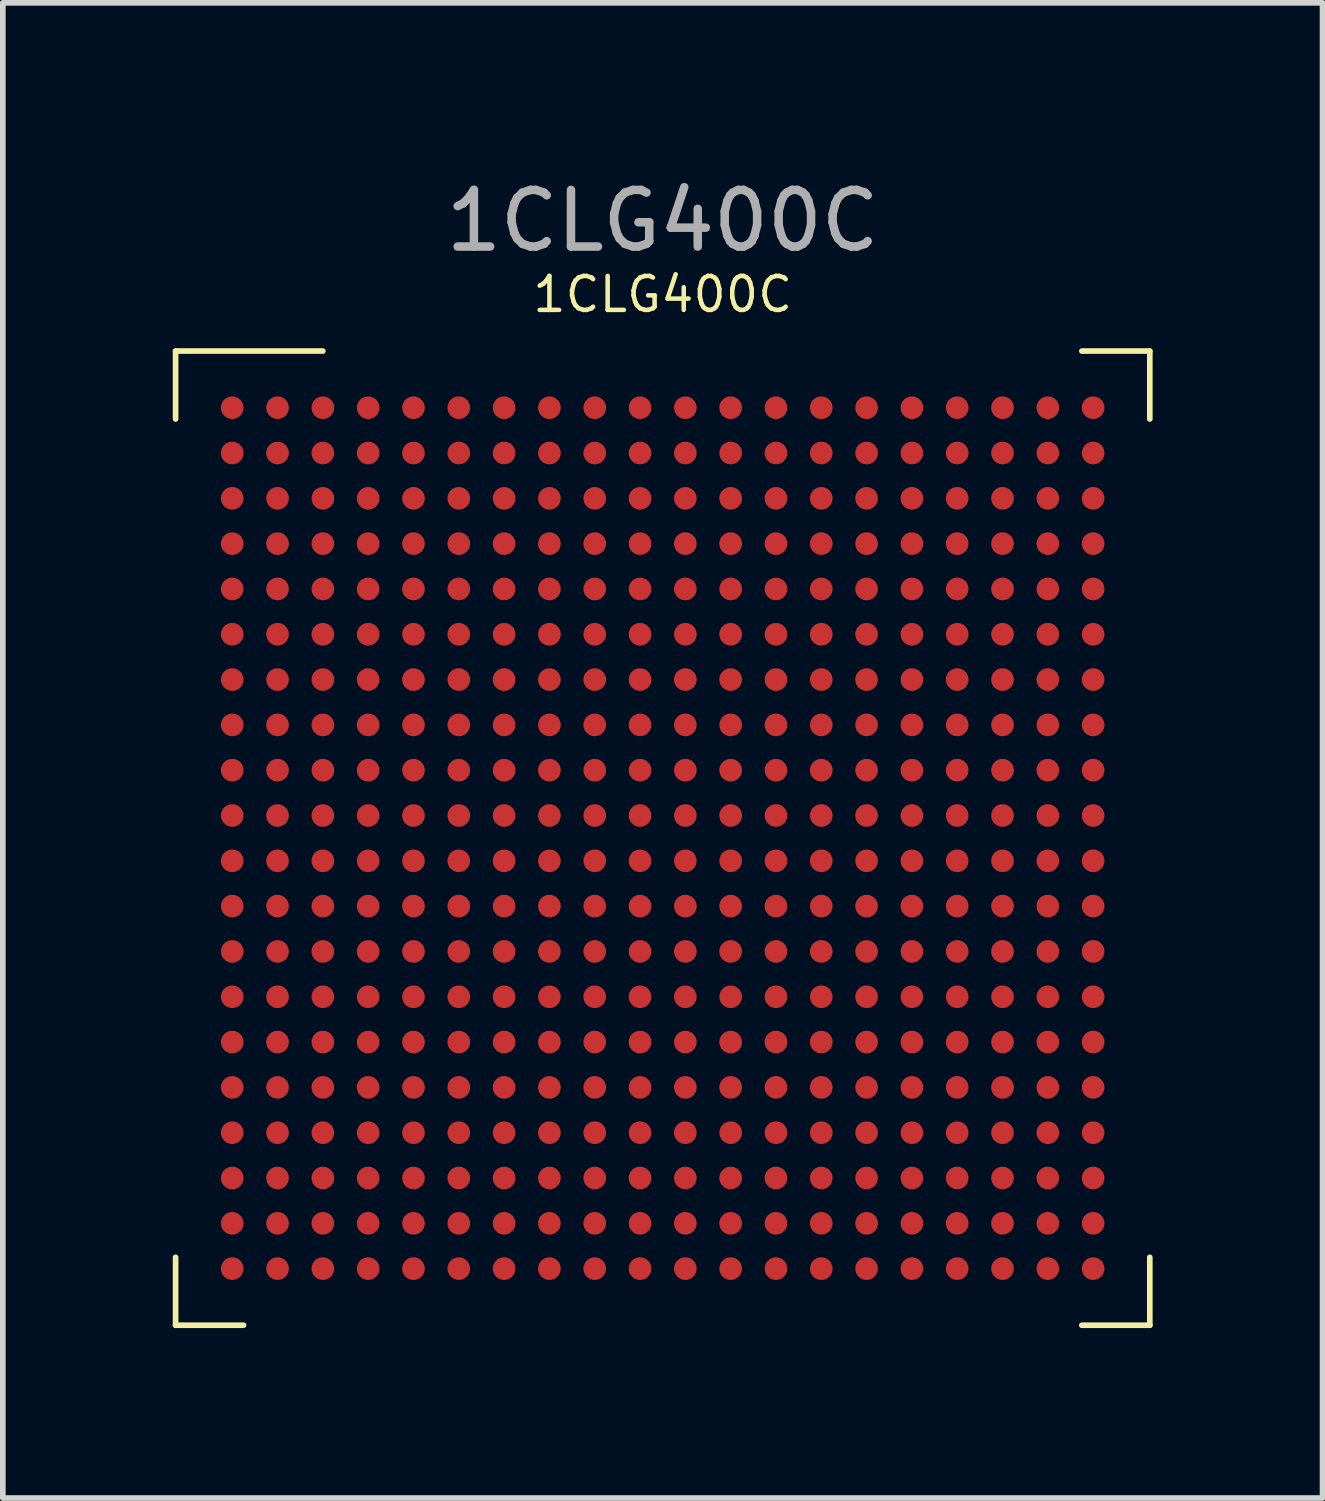
<source format=kicad_pcb>
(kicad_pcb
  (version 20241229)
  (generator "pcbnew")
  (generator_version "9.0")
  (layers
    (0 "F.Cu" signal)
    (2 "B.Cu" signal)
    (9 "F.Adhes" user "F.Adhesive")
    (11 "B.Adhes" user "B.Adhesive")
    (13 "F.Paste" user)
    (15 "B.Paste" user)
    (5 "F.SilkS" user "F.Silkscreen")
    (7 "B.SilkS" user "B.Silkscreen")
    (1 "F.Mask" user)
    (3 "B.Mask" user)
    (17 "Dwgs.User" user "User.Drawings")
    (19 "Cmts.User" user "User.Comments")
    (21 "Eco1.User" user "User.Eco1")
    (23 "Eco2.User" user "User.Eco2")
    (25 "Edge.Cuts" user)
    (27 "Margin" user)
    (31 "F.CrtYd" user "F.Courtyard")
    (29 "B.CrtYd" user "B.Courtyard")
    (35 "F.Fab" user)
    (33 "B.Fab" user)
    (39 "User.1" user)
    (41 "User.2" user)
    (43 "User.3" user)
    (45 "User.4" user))
  (footprint "1CLG400C"
    (layer "F.Cu")
    (at 8.65 11.748)
    (property "Reference" "1CLG400C" (at 0 -9.6 0) (unlocked yes) (layer "F.SilkS") (effects (font (size 0.6 0.6) (thickness 0.08))))
    (attr smd)
    (fp_line (start -8.6 -7.4) (end -8.6 -8.6) (stroke (width 0.1) (type default)) (layer "F.SilkS"))
    (fp_line (start -8.6 7.4) (end -8.6 8.6) (stroke (width 0.1) (type default)) (layer "F.SilkS"))
    (fp_line (start -7.4 8.6) (end -8.6 8.6) (stroke (width 0.1) (type default)) (layer "F.SilkS"))
    (fp_line (start -6 -8.6) (end -8.6 -8.6) (stroke (width 0.1) (type default)) (layer "F.SilkS"))
    (fp_line (start 7.4 -8.6) (end 8.6 -8.6) (stroke (width 0.1) (type default)) (layer "F.SilkS"))
    (fp_line (start 7.4 8.6) (end 8.6 8.6) (stroke (width 0.1) (type default)) (layer "F.SilkS"))
    (fp_line (start 8.6 -7.4) (end 8.6 -8.6) (stroke (width 0.1) (type default)) (layer "F.SilkS"))
    (fp_line (start 8.6 7.4) (end 8.6 8.6) (stroke (width 0.1) (type default)) (layer "F.SilkS"))
    (fp_rect (start -8.5 -8.5) (end 8.5 8.5) (stroke (width 0.05) (type default)) (fill no) (layer "Eco2.User"))
    (fp_circle (center -7.2 -7.2) (end -6.8 -6.8) (stroke (width 0.1) (type default)) (fill no) (layer "Eco2.User"))
    (fp_text user "${REFERENCE}" (at 0 -10.9 0) (unlocked yes) (layer "F.Fab") (effects (font (size 1 1) (thickness 0.15))))
    (pad "A1" smd circle (at -7.6 -7.6) (size 0.4 0.4) (layers "F.Cu" "F.Mask" "F.Paste"))
    (pad "A2" smd circle (at -6.8 -7.6) (size 0.4 0.4) (layers "F.Cu" "F.Mask" "F.Paste"))
    (pad "A3" smd circle (at -6 -7.6) (size 0.4 0.4) (layers "F.Cu" "F.Mask" "F.Paste"))
    (pad "A4" smd circle (at -5.2 -7.6) (size 0.4 0.4) (layers "F.Cu" "F.Mask" "F.Paste"))
    (pad "A5" smd circle (at -4.4 -7.6) (size 0.4 0.4) (layers "F.Cu" "F.Mask" "F.Paste"))
    (pad "A6" smd circle (at -3.6 -7.6) (size 0.4 0.4) (layers "F.Cu" "F.Mask" "F.Paste"))
    (pad "A7" smd circle (at -2.8 -7.6) (size 0.4 0.4) (layers "F.Cu" "F.Mask" "F.Paste"))
    (pad "A8" smd circle (at -2 -7.6) (size 0.4 0.4) (layers "F.Cu" "F.Mask" "F.Paste"))
    (pad "A9" smd circle (at -1.2 -7.6) (size 0.4 0.4) (layers "F.Cu" "F.Mask" "F.Paste"))
    (pad "A10" smd circle (at -0.4 -7.6) (size 0.4 0.4) (layers "F.Cu" "F.Mask" "F.Paste"))
    (pad "A11" smd circle (at 0.4 -7.6) (size 0.4 0.4) (layers "F.Cu" "F.Mask" "F.Paste"))
    (pad "A12" smd circle (at 1.2 -7.6) (size 0.4 0.4) (layers "F.Cu" "F.Mask" "F.Paste"))
    (pad "A13" smd circle (at 2 -7.6) (size 0.4 0.4) (layers "F.Cu" "F.Mask" "F.Paste"))
    (pad "A14" smd circle (at 2.8 -7.6) (size 0.4 0.4) (layers "F.Cu" "F.Mask" "F.Paste"))
    (pad "A15" smd circle (at 3.6 -7.6) (size 0.4 0.4) (layers "F.Cu" "F.Mask" "F.Paste"))
    (pad "A16" smd circle (at 4.4 -7.6) (size 0.4 0.4) (layers "F.Cu" "F.Mask" "F.Paste"))
    (pad "A17" smd circle (at 5.2 -7.6) (size 0.4 0.4) (layers "F.Cu" "F.Mask" "F.Paste"))
    (pad "A18" smd circle (at 6 -7.6) (size 0.4 0.4) (layers "F.Cu" "F.Mask" "F.Paste"))
    (pad "A19" smd circle (at 6.8 -7.6) (size 0.4 0.4) (layers "F.Cu" "F.Mask" "F.Paste"))
    (pad "A20" smd circle (at 7.6 -7.6) (size 0.4 0.4) (layers "F.Cu" "F.Mask" "F.Paste"))
    (pad "B1" smd circle (at -7.6 -6.8) (size 0.4 0.4) (layers "F.Cu" "F.Mask" "F.Paste"))
    (pad "B2" smd circle (at -6.8 -6.8) (size 0.4 0.4) (layers "F.Cu" "F.Mask" "F.Paste"))
    (pad "B3" smd circle (at -6 -6.8) (size 0.4 0.4) (layers "F.Cu" "F.Mask" "F.Paste"))
    (pad "B4" smd circle (at -5.2 -6.8) (size 0.4 0.4) (layers "F.Cu" "F.Mask" "F.Paste"))
    (pad "B5" smd circle (at -4.4 -6.8) (size 0.4 0.4) (layers "F.Cu" "F.Mask" "F.Paste"))
    (pad "B6" smd circle (at -3.6 -6.8) (size 0.4 0.4) (layers "F.Cu" "F.Mask" "F.Paste"))
    (pad "B7" smd circle (at -2.8 -6.8) (size 0.4 0.4) (layers "F.Cu" "F.Mask" "F.Paste"))
    (pad "B8" smd circle (at -2 -6.8) (size 0.4 0.4) (layers "F.Cu" "F.Mask" "F.Paste"))
    (pad "B9" smd circle (at -1.2 -6.8) (size 0.4 0.4) (layers "F.Cu" "F.Mask" "F.Paste"))
    (pad "B10" smd circle (at -0.4 -6.8) (size 0.4 0.4) (layers "F.Cu" "F.Mask" "F.Paste"))
    (pad "B11" smd circle (at 0.4 -6.8) (size 0.4 0.4) (layers "F.Cu" "F.Mask" "F.Paste"))
    (pad "B12" smd circle (at 1.2 -6.8) (size 0.4 0.4) (layers "F.Cu" "F.Mask" "F.Paste"))
    (pad "B13" smd circle (at 2 -6.8) (size 0.4 0.4) (layers "F.Cu" "F.Mask" "F.Paste"))
    (pad "B14" smd circle (at 2.8 -6.8) (size 0.4 0.4) (layers "F.Cu" "F.Mask" "F.Paste"))
    (pad "B15" smd circle (at 3.6 -6.8) (size 0.4 0.4) (layers "F.Cu" "F.Mask" "F.Paste"))
    (pad "B16" smd circle (at 4.4 -6.8) (size 0.4 0.4) (layers "F.Cu" "F.Mask" "F.Paste"))
    (pad "B17" smd circle (at 5.2 -6.8) (size 0.4 0.4) (layers "F.Cu" "F.Mask" "F.Paste"))
    (pad "B18" smd circle (at 6 -6.8) (size 0.4 0.4) (layers "F.Cu" "F.Mask" "F.Paste"))
    (pad "B19" smd circle (at 6.8 -6.8) (size 0.4 0.4) (layers "F.Cu" "F.Mask" "F.Paste"))
    (pad "B20" smd circle (at 7.6 -6.8) (size 0.4 0.4) (layers "F.Cu" "F.Mask" "F.Paste"))
    (pad "C1" smd circle (at -7.6 -6) (size 0.4 0.4) (layers "F.Cu" "F.Mask" "F.Paste"))
    (pad "C2" smd circle (at -6.8 -6) (size 0.4 0.4) (layers "F.Cu" "F.Mask" "F.Paste"))
    (pad "C3" smd circle (at -6 -6) (size 0.4 0.4) (layers "F.Cu" "F.Mask" "F.Paste"))
    (pad "C4" smd circle (at -5.2 -6) (size 0.4 0.4) (layers "F.Cu" "F.Mask" "F.Paste"))
    (pad "C5" smd circle (at -4.4 -6) (size 0.4 0.4) (layers "F.Cu" "F.Mask" "F.Paste"))
    (pad "C6" smd circle (at -3.6 -6) (size 0.4 0.4) (layers "F.Cu" "F.Mask" "F.Paste"))
    (pad "C7" smd circle (at -2.8 -6) (size 0.4 0.4) (layers "F.Cu" "F.Mask" "F.Paste"))
    (pad "C8" smd circle (at -2 -6) (size 0.4 0.4) (layers "F.Cu" "F.Mask" "F.Paste"))
    (pad "C9" smd circle (at -1.2 -6) (size 0.4 0.4) (layers "F.Cu" "F.Mask" "F.Paste"))
    (pad "C10" smd circle (at -0.4 -6) (size 0.4 0.4) (layers "F.Cu" "F.Mask" "F.Paste"))
    (pad "C11" smd circle (at 0.4 -6) (size 0.4 0.4) (layers "F.Cu" "F.Mask" "F.Paste"))
    (pad "C12" smd circle (at 1.2 -6) (size 0.4 0.4) (layers "F.Cu" "F.Mask" "F.Paste"))
    (pad "C13" smd circle (at 2 -6) (size 0.4 0.4) (layers "F.Cu" "F.Mask" "F.Paste"))
    (pad "C14" smd circle (at 2.8 -6) (size 0.4 0.4) (layers "F.Cu" "F.Mask" "F.Paste"))
    (pad "C15" smd circle (at 3.6 -6) (size 0.4 0.4) (layers "F.Cu" "F.Mask" "F.Paste"))
    (pad "C16" smd circle (at 4.4 -6) (size 0.4 0.4) (layers "F.Cu" "F.Mask" "F.Paste"))
    (pad "C17" smd circle (at 5.2 -6) (size 0.4 0.4) (layers "F.Cu" "F.Mask" "F.Paste"))
    (pad "C18" smd circle (at 6 -6) (size 0.4 0.4) (layers "F.Cu" "F.Mask" "F.Paste"))
    (pad "C19" smd circle (at 6.8 -6) (size 0.4 0.4) (layers "F.Cu" "F.Mask" "F.Paste"))
    (pad "C20" smd circle (at 7.6 -6) (size 0.4 0.4) (layers "F.Cu" "F.Mask" "F.Paste"))
    (pad "D1" smd circle (at -7.6 -5.2) (size 0.4 0.4) (layers "F.Cu" "F.Mask" "F.Paste"))
    (pad "D2" smd circle (at -6.8 -5.2) (size 0.4 0.4) (layers "F.Cu" "F.Mask" "F.Paste"))
    (pad "D3" smd circle (at -6 -5.2) (size 0.4 0.4) (layers "F.Cu" "F.Mask" "F.Paste"))
    (pad "D4" smd circle (at -5.2 -5.2) (size 0.4 0.4) (layers "F.Cu" "F.Mask" "F.Paste"))
    (pad "D5" smd circle (at -4.4 -5.2) (size 0.4 0.4) (layers "F.Cu" "F.Mask" "F.Paste"))
    (pad "D6" smd circle (at -3.6 -5.2) (size 0.4 0.4) (layers "F.Cu" "F.Mask" "F.Paste"))
    (pad "D7" smd circle (at -2.8 -5.2) (size 0.4 0.4) (layers "F.Cu" "F.Mask" "F.Paste"))
    (pad "D8" smd circle (at -2 -5.2) (size 0.4 0.4) (layers "F.Cu" "F.Mask" "F.Paste"))
    (pad "D9" smd circle (at -1.2 -5.2) (size 0.4 0.4) (layers "F.Cu" "F.Mask" "F.Paste"))
    (pad "D10" smd circle (at -0.4 -5.2) (size 0.4 0.4) (layers "F.Cu" "F.Mask" "F.Paste"))
    (pad "D11" smd circle (at 0.4 -5.2) (size 0.4 0.4) (layers "F.Cu" "F.Mask" "F.Paste"))
    (pad "D12" smd circle (at 1.2 -5.2) (size 0.4 0.4) (layers "F.Cu" "F.Mask" "F.Paste"))
    (pad "D13" smd circle (at 2 -5.2) (size 0.4 0.4) (layers "F.Cu" "F.Mask" "F.Paste"))
    (pad "D14" smd circle (at 2.8 -5.2) (size 0.4 0.4) (layers "F.Cu" "F.Mask" "F.Paste"))
    (pad "D15" smd circle (at 3.6 -5.2) (size 0.4 0.4) (layers "F.Cu" "F.Mask" "F.Paste"))
    (pad "D16" smd circle (at 4.4 -5.2) (size 0.4 0.4) (layers "F.Cu" "F.Mask" "F.Paste"))
    (pad "D17" smd circle (at 5.2 -5.2) (size 0.4 0.4) (layers "F.Cu" "F.Mask" "F.Paste"))
    (pad "D18" smd circle (at 6 -5.2) (size 0.4 0.4) (layers "F.Cu" "F.Mask" "F.Paste"))
    (pad "D19" smd circle (at 6.8 -5.2) (size 0.4 0.4) (layers "F.Cu" "F.Mask" "F.Paste"))
    (pad "D20" smd circle (at 7.6 -5.2) (size 0.4 0.4) (layers "F.Cu" "F.Mask" "F.Paste"))
    (pad "E1" smd circle (at -7.6 -4.4) (size 0.4 0.4) (layers "F.Cu" "F.Mask" "F.Paste"))
    (pad "E2" smd circle (at -6.8 -4.4) (size 0.4 0.4) (layers "F.Cu" "F.Mask" "F.Paste"))
    (pad "E3" smd circle (at -6 -4.4) (size 0.4 0.4) (layers "F.Cu" "F.Mask" "F.Paste"))
    (pad "E4" smd circle (at -5.2 -4.4) (size 0.4 0.4) (layers "F.Cu" "F.Mask" "F.Paste"))
    (pad "E5" smd circle (at -4.4 -4.4) (size 0.4 0.4) (layers "F.Cu" "F.Mask" "F.Paste"))
    (pad "E6" smd circle (at -3.6 -4.4) (size 0.4 0.4) (layers "F.Cu" "F.Mask" "F.Paste"))
    (pad "E7" smd circle (at -2.8 -4.4) (size 0.4 0.4) (layers "F.Cu" "F.Mask" "F.Paste"))
    (pad "E8" smd circle (at -2 -4.4) (size 0.4 0.4) (layers "F.Cu" "F.Mask" "F.Paste"))
    (pad "E9" smd circle (at -1.2 -4.4) (size 0.4 0.4) (layers "F.Cu" "F.Mask" "F.Paste"))
    (pad "E10" smd circle (at -0.4 -4.4) (size 0.4 0.4) (layers "F.Cu" "F.Mask" "F.Paste"))
    (pad "E11" smd circle (at 0.4 -4.4) (size 0.4 0.4) (layers "F.Cu" "F.Mask" "F.Paste"))
    (pad "E12" smd circle (at 1.2 -4.4) (size 0.4 0.4) (layers "F.Cu" "F.Mask" "F.Paste"))
    (pad "E13" smd circle (at 2 -4.4) (size 0.4 0.4) (layers "F.Cu" "F.Mask" "F.Paste"))
    (pad "E14" smd circle (at 2.8 -4.4) (size 0.4 0.4) (layers "F.Cu" "F.Mask" "F.Paste"))
    (pad "E15" smd circle (at 3.6 -4.4) (size 0.4 0.4) (layers "F.Cu" "F.Mask" "F.Paste"))
    (pad "E16" smd circle (at 4.4 -4.4) (size 0.4 0.4) (layers "F.Cu" "F.Mask" "F.Paste"))
    (pad "E17" smd circle (at 5.2 -4.4) (size 0.4 0.4) (layers "F.Cu" "F.Mask" "F.Paste"))
    (pad "E18" smd circle (at 6 -4.4) (size 0.4 0.4) (layers "F.Cu" "F.Mask" "F.Paste"))
    (pad "E19" smd circle (at 6.8 -4.4) (size 0.4 0.4) (layers "F.Cu" "F.Mask" "F.Paste"))
    (pad "E20" smd circle (at 7.6 -4.4) (size 0.4 0.4) (layers "F.Cu" "F.Mask" "F.Paste"))
    (pad "F1" smd circle (at -7.6 -3.6) (size 0.4 0.4) (layers "F.Cu" "F.Mask" "F.Paste"))
    (pad "F2" smd circle (at -6.8 -3.6) (size 0.4 0.4) (layers "F.Cu" "F.Mask" "F.Paste"))
    (pad "F3" smd circle (at -6 -3.6) (size 0.4 0.4) (layers "F.Cu" "F.Mask" "F.Paste"))
    (pad "F4" smd circle (at -5.2 -3.6) (size 0.4 0.4) (layers "F.Cu" "F.Mask" "F.Paste"))
    (pad "F5" smd circle (at -4.4 -3.6) (size 0.4 0.4) (layers "F.Cu" "F.Mask" "F.Paste"))
    (pad "F6" smd circle (at -3.6 -3.6) (size 0.4 0.4) (layers "F.Cu" "F.Mask" "F.Paste"))
    (pad "F7" smd circle (at -2.8 -3.6) (size 0.4 0.4) (layers "F.Cu" "F.Mask" "F.Paste"))
    (pad "F8" smd circle (at -2 -3.6) (size 0.4 0.4) (layers "F.Cu" "F.Mask" "F.Paste"))
    (pad "F9" smd circle (at -1.2 -3.6) (size 0.4 0.4) (layers "F.Cu" "F.Mask" "F.Paste"))
    (pad "F10" smd circle (at -0.4 -3.6) (size 0.4 0.4) (layers "F.Cu" "F.Mask" "F.Paste"))
    (pad "F11" smd circle (at 0.4 -3.6) (size 0.4 0.4) (layers "F.Cu" "F.Mask" "F.Paste"))
    (pad "F12" smd circle (at 1.2 -3.6) (size 0.4 0.4) (layers "F.Cu" "F.Mask" "F.Paste"))
    (pad "F13" smd circle (at 2 -3.6) (size 0.4 0.4) (layers "F.Cu" "F.Mask" "F.Paste"))
    (pad "F14" smd circle (at 2.8 -3.6) (size 0.4 0.4) (layers "F.Cu" "F.Mask" "F.Paste"))
    (pad "F15" smd circle (at 3.6 -3.6) (size 0.4 0.4) (layers "F.Cu" "F.Mask" "F.Paste"))
    (pad "F16" smd circle (at 4.4 -3.6) (size 0.4 0.4) (layers "F.Cu" "F.Mask" "F.Paste"))
    (pad "F17" smd circle (at 5.2 -3.6) (size 0.4 0.4) (layers "F.Cu" "F.Mask" "F.Paste"))
    (pad "F18" smd circle (at 6 -3.6) (size 0.4 0.4) (layers "F.Cu" "F.Mask" "F.Paste"))
    (pad "F19" smd circle (at 6.8 -3.6) (size 0.4 0.4) (layers "F.Cu" "F.Mask" "F.Paste"))
    (pad "F20" smd circle (at 7.6 -3.6) (size 0.4 0.4) (layers "F.Cu" "F.Mask" "F.Paste"))
    (pad "G1" smd circle (at -7.6 -2.8) (size 0.4 0.4) (layers "F.Cu" "F.Mask" "F.Paste"))
    (pad "G2" smd circle (at -6.8 -2.8) (size 0.4 0.4) (layers "F.Cu" "F.Mask" "F.Paste"))
    (pad "G3" smd circle (at -6 -2.8) (size 0.4 0.4) (layers "F.Cu" "F.Mask" "F.Paste"))
    (pad "G4" smd circle (at -5.2 -2.8) (size 0.4 0.4) (layers "F.Cu" "F.Mask" "F.Paste"))
    (pad "G5" smd circle (at -4.4 -2.8) (size 0.4 0.4) (layers "F.Cu" "F.Mask" "F.Paste"))
    (pad "G6" smd circle (at -3.6 -2.8) (size 0.4 0.4) (layers "F.Cu" "F.Mask" "F.Paste"))
    (pad "G7" smd circle (at -2.8 -2.8) (size 0.4 0.4) (layers "F.Cu" "F.Mask" "F.Paste"))
    (pad "G8" smd circle (at -2 -2.8) (size 0.4 0.4) (layers "F.Cu" "F.Mask" "F.Paste"))
    (pad "G9" smd circle (at -1.2 -2.8) (size 0.4 0.4) (layers "F.Cu" "F.Mask" "F.Paste"))
    (pad "G10" smd circle (at -0.4 -2.8) (size 0.4 0.4) (layers "F.Cu" "F.Mask" "F.Paste"))
    (pad "G11" smd circle (at 0.4 -2.8) (size 0.4 0.4) (layers "F.Cu" "F.Mask" "F.Paste"))
    (pad "G12" smd circle (at 1.2 -2.8) (size 0.4 0.4) (layers "F.Cu" "F.Mask" "F.Paste"))
    (pad "G13" smd circle (at 2 -2.8) (size 0.4 0.4) (layers "F.Cu" "F.Mask" "F.Paste"))
    (pad "G14" smd circle (at 2.8 -2.8) (size 0.4 0.4) (layers "F.Cu" "F.Mask" "F.Paste"))
    (pad "G15" smd circle (at 3.6 -2.8) (size 0.4 0.4) (layers "F.Cu" "F.Mask" "F.Paste"))
    (pad "G16" smd circle (at 4.4 -2.8) (size 0.4 0.4) (layers "F.Cu" "F.Mask" "F.Paste"))
    (pad "G17" smd circle (at 5.2 -2.8) (size 0.4 0.4) (layers "F.Cu" "F.Mask" "F.Paste"))
    (pad "G18" smd circle (at 6 -2.8) (size 0.4 0.4) (layers "F.Cu" "F.Mask" "F.Paste"))
    (pad "G19" smd circle (at 6.8 -2.8) (size 0.4 0.4) (layers "F.Cu" "F.Mask" "F.Paste"))
    (pad "G20" smd circle (at 7.6 -2.8) (size 0.4 0.4) (layers "F.Cu" "F.Mask" "F.Paste"))
    (pad "H1" smd circle (at -7.6 -2) (size 0.4 0.4) (layers "F.Cu" "F.Mask" "F.Paste"))
    (pad "H2" smd circle (at -6.8 -2) (size 0.4 0.4) (layers "F.Cu" "F.Mask" "F.Paste"))
    (pad "H3" smd circle (at -6 -2) (size 0.4 0.4) (layers "F.Cu" "F.Mask" "F.Paste"))
    (pad "H4" smd circle (at -5.2 -2) (size 0.4 0.4) (layers "F.Cu" "F.Mask" "F.Paste"))
    (pad "H5" smd circle (at -4.4 -2) (size 0.4 0.4) (layers "F.Cu" "F.Mask" "F.Paste"))
    (pad "H6" smd circle (at -3.6 -2) (size 0.4 0.4) (layers "F.Cu" "F.Mask" "F.Paste"))
    (pad "H7" smd circle (at -2.8 -2) (size 0.4 0.4) (layers "F.Cu" "F.Mask" "F.Paste"))
    (pad "H8" smd circle (at -2 -2) (size 0.4 0.4) (layers "F.Cu" "F.Mask" "F.Paste"))
    (pad "H9" smd circle (at -1.2 -2) (size 0.4 0.4) (layers "F.Cu" "F.Mask" "F.Paste"))
    (pad "H10" smd circle (at -0.4 -2) (size 0.4 0.4) (layers "F.Cu" "F.Mask" "F.Paste"))
    (pad "H11" smd circle (at 0.4 -2) (size 0.4 0.4) (layers "F.Cu" "F.Mask" "F.Paste"))
    (pad "H12" smd circle (at 1.2 -2) (size 0.4 0.4) (layers "F.Cu" "F.Mask" "F.Paste"))
    (pad "H13" smd circle (at 2 -2) (size 0.4 0.4) (layers "F.Cu" "F.Mask" "F.Paste"))
    (pad "H14" smd circle (at 2.8 -2) (size 0.4 0.4) (layers "F.Cu" "F.Mask" "F.Paste"))
    (pad "H15" smd circle (at 3.6 -2) (size 0.4 0.4) (layers "F.Cu" "F.Mask" "F.Paste"))
    (pad "H16" smd circle (at 4.4 -2) (size 0.4 0.4) (layers "F.Cu" "F.Mask" "F.Paste"))
    (pad "H17" smd circle (at 5.2 -2) (size 0.4 0.4) (layers "F.Cu" "F.Mask" "F.Paste"))
    (pad "H18" smd circle (at 6 -2) (size 0.4 0.4) (layers "F.Cu" "F.Mask" "F.Paste"))
    (pad "H19" smd circle (at 6.8 -2) (size 0.4 0.4) (layers "F.Cu" "F.Mask" "F.Paste"))
    (pad "H20" smd circle (at 7.6 -2) (size 0.4 0.4) (layers "F.Cu" "F.Mask" "F.Paste"))
    (pad "J1" smd circle (at -7.6 -1.2) (size 0.4 0.4) (layers "F.Cu" "F.Mask" "F.Paste"))
    (pad "J2" smd circle (at -6.8 -1.2) (size 0.4 0.4) (layers "F.Cu" "F.Mask" "F.Paste"))
    (pad "J3" smd circle (at -6 -1.2) (size 0.4 0.4) (layers "F.Cu" "F.Mask" "F.Paste"))
    (pad "J4" smd circle (at -5.2 -1.2) (size 0.4 0.4) (layers "F.Cu" "F.Mask" "F.Paste"))
    (pad "J5" smd circle (at -4.4 -1.2) (size 0.4 0.4) (layers "F.Cu" "F.Mask" "F.Paste"))
    (pad "J6" smd circle (at -3.6 -1.2) (size 0.4 0.4) (layers "F.Cu" "F.Mask" "F.Paste"))
    (pad "J7" smd circle (at -2.8 -1.2) (size 0.4 0.4) (layers "F.Cu" "F.Mask" "F.Paste"))
    (pad "J8" smd circle (at -2 -1.2) (size 0.4 0.4) (layers "F.Cu" "F.Mask" "F.Paste"))
    (pad "J9" smd circle (at -1.2 -1.2) (size 0.4 0.4) (layers "F.Cu" "F.Mask" "F.Paste"))
    (pad "J10" smd circle (at -0.4 -1.2) (size 0.4 0.4) (layers "F.Cu" "F.Mask" "F.Paste"))
    (pad "J11" smd circle (at 0.4 -1.2) (size 0.4 0.4) (layers "F.Cu" "F.Mask" "F.Paste"))
    (pad "J12" smd circle (at 1.2 -1.2) (size 0.4 0.4) (layers "F.Cu" "F.Mask" "F.Paste"))
    (pad "J13" smd circle (at 2 -1.2) (size 0.4 0.4) (layers "F.Cu" "F.Mask" "F.Paste"))
    (pad "J14" smd circle (at 2.8 -1.2) (size 0.4 0.4) (layers "F.Cu" "F.Mask" "F.Paste"))
    (pad "J15" smd circle (at 3.6 -1.2) (size 0.4 0.4) (layers "F.Cu" "F.Mask" "F.Paste"))
    (pad "J16" smd circle (at 4.4 -1.2) (size 0.4 0.4) (layers "F.Cu" "F.Mask" "F.Paste"))
    (pad "J17" smd circle (at 5.2 -1.2) (size 0.4 0.4) (layers "F.Cu" "F.Mask" "F.Paste"))
    (pad "J18" smd circle (at 6 -1.2) (size 0.4 0.4) (layers "F.Cu" "F.Mask" "F.Paste"))
    (pad "J19" smd circle (at 6.8 -1.2) (size 0.4 0.4) (layers "F.Cu" "F.Mask" "F.Paste"))
    (pad "J20" smd circle (at 7.6 -1.2) (size 0.4 0.4) (layers "F.Cu" "F.Mask" "F.Paste"))
    (pad "K1" smd circle (at -7.6 -0.4) (size 0.4 0.4) (layers "F.Cu" "F.Mask" "F.Paste"))
    (pad "K2" smd circle (at -6.8 -0.4) (size 0.4 0.4) (layers "F.Cu" "F.Mask" "F.Paste"))
    (pad "K3" smd circle (at -6 -0.4) (size 0.4 0.4) (layers "F.Cu" "F.Mask" "F.Paste"))
    (pad "K4" smd circle (at -5.2 -0.4) (size 0.4 0.4) (layers "F.Cu" "F.Mask" "F.Paste"))
    (pad "K5" smd circle (at -4.4 -0.4) (size 0.4 0.4) (layers "F.Cu" "F.Mask" "F.Paste"))
    (pad "K6" smd circle (at -3.6 -0.4) (size 0.4 0.4) (layers "F.Cu" "F.Mask" "F.Paste"))
    (pad "K7" smd circle (at -2.8 -0.4) (size 0.4 0.4) (layers "F.Cu" "F.Mask" "F.Paste"))
    (pad "K8" smd circle (at -2 -0.4) (size 0.4 0.4) (layers "F.Cu" "F.Mask" "F.Paste"))
    (pad "K9" smd circle (at -1.2 -0.4) (size 0.4 0.4) (layers "F.Cu" "F.Mask" "F.Paste"))
    (pad "K10" smd circle (at -0.4 -0.4) (size 0.4 0.4) (layers "F.Cu" "F.Mask" "F.Paste"))
    (pad "K11" smd circle (at 0.4 -0.4) (size 0.4 0.4) (layers "F.Cu" "F.Mask" "F.Paste"))
    (pad "K12" smd circle (at 1.2 -0.4) (size 0.4 0.4) (layers "F.Cu" "F.Mask" "F.Paste"))
    (pad "K13" smd circle (at 2 -0.4) (size 0.4 0.4) (layers "F.Cu" "F.Mask" "F.Paste"))
    (pad "K14" smd circle (at 2.8 -0.4) (size 0.4 0.4) (layers "F.Cu" "F.Mask" "F.Paste"))
    (pad "K15" smd circle (at 3.6 -0.4) (size 0.4 0.4) (layers "F.Cu" "F.Mask" "F.Paste"))
    (pad "K16" smd circle (at 4.4 -0.4) (size 0.4 0.4) (layers "F.Cu" "F.Mask" "F.Paste"))
    (pad "K17" smd circle (at 5.2 -0.4) (size 0.4 0.4) (layers "F.Cu" "F.Mask" "F.Paste"))
    (pad "K18" smd circle (at 6 -0.4) (size 0.4 0.4) (layers "F.Cu" "F.Mask" "F.Paste"))
    (pad "K19" smd circle (at 6.8 -0.4) (size 0.4 0.4) (layers "F.Cu" "F.Mask" "F.Paste"))
    (pad "K20" smd circle (at 7.6 -0.4) (size 0.4 0.4) (layers "F.Cu" "F.Mask" "F.Paste"))
    (pad "L1" smd circle (at -7.6 0.4) (size 0.4 0.4) (layers "F.Cu" "F.Mask" "F.Paste"))
    (pad "L2" smd circle (at -6.8 0.4) (size 0.4 0.4) (layers "F.Cu" "F.Mask" "F.Paste"))
    (pad "L3" smd circle (at -6 0.4) (size 0.4 0.4) (layers "F.Cu" "F.Mask" "F.Paste"))
    (pad "L4" smd circle (at -5.2 0.4) (size 0.4 0.4) (layers "F.Cu" "F.Mask" "F.Paste"))
    (pad "L5" smd circle (at -4.4 0.4) (size 0.4 0.4) (layers "F.Cu" "F.Mask" "F.Paste"))
    (pad "L6" smd circle (at -3.6 0.4) (size 0.4 0.4) (layers "F.Cu" "F.Mask" "F.Paste"))
    (pad "L7" smd circle (at -2.8 0.4) (size 0.4 0.4) (layers "F.Cu" "F.Mask" "F.Paste"))
    (pad "L8" smd circle (at -2 0.4) (size 0.4 0.4) (layers "F.Cu" "F.Mask" "F.Paste"))
    (pad "L9" smd circle (at -1.2 0.4) (size 0.4 0.4) (layers "F.Cu" "F.Mask" "F.Paste"))
    (pad "L10" smd circle (at -0.4 0.4) (size 0.4 0.4) (layers "F.Cu" "F.Mask" "F.Paste"))
    (pad "L11" smd circle (at 0.4 0.4) (size 0.4 0.4) (layers "F.Cu" "F.Mask" "F.Paste"))
    (pad "L12" smd circle (at 1.2 0.4) (size 0.4 0.4) (layers "F.Cu" "F.Mask" "F.Paste"))
    (pad "L13" smd circle (at 2 0.4) (size 0.4 0.4) (layers "F.Cu" "F.Mask" "F.Paste"))
    (pad "L14" smd circle (at 2.8 0.4) (size 0.4 0.4) (layers "F.Cu" "F.Mask" "F.Paste"))
    (pad "L15" smd circle (at 3.6 0.4) (size 0.4 0.4) (layers "F.Cu" "F.Mask" "F.Paste"))
    (pad "L16" smd circle (at 4.4 0.4) (size 0.4 0.4) (layers "F.Cu" "F.Mask" "F.Paste"))
    (pad "L17" smd circle (at 5.2 0.4) (size 0.4 0.4) (layers "F.Cu" "F.Mask" "F.Paste"))
    (pad "L18" smd circle (at 6 0.4) (size 0.4 0.4) (layers "F.Cu" "F.Mask" "F.Paste"))
    (pad "L19" smd circle (at 6.8 0.4) (size 0.4 0.4) (layers "F.Cu" "F.Mask" "F.Paste"))
    (pad "L20" smd circle (at 7.6 0.4) (size 0.4 0.4) (layers "F.Cu" "F.Mask" "F.Paste"))
    (pad "M1" smd circle (at -7.6 1.2) (size 0.4 0.4) (layers "F.Cu" "F.Mask" "F.Paste"))
    (pad "M2" smd circle (at -6.8 1.2) (size 0.4 0.4) (layers "F.Cu" "F.Mask" "F.Paste"))
    (pad "M3" smd circle (at -6 1.2) (size 0.4 0.4) (layers "F.Cu" "F.Mask" "F.Paste"))
    (pad "M4" smd circle (at -5.2 1.2) (size 0.4 0.4) (layers "F.Cu" "F.Mask" "F.Paste"))
    (pad "M5" smd circle (at -4.4 1.2) (size 0.4 0.4) (layers "F.Cu" "F.Mask" "F.Paste"))
    (pad "M6" smd circle (at -3.6 1.2) (size 0.4 0.4) (layers "F.Cu" "F.Mask" "F.Paste"))
    (pad "M7" smd circle (at -2.8 1.2) (size 0.4 0.4) (layers "F.Cu" "F.Mask" "F.Paste"))
    (pad "M8" smd circle (at -2 1.2) (size 0.4 0.4) (layers "F.Cu" "F.Mask" "F.Paste"))
    (pad "M9" smd circle (at -1.2 1.2) (size 0.4 0.4) (layers "F.Cu" "F.Mask" "F.Paste"))
    (pad "M10" smd circle (at -0.4 1.2) (size 0.4 0.4) (layers "F.Cu" "F.Mask" "F.Paste"))
    (pad "M11" smd circle (at 0.4 1.2) (size 0.4 0.4) (layers "F.Cu" "F.Mask" "F.Paste"))
    (pad "M12" smd circle (at 1.2 1.2) (size 0.4 0.4) (layers "F.Cu" "F.Mask" "F.Paste"))
    (pad "M13" smd circle (at 2 1.2) (size 0.4 0.4) (layers "F.Cu" "F.Mask" "F.Paste"))
    (pad "M14" smd circle (at 2.8 1.2) (size 0.4 0.4) (layers "F.Cu" "F.Mask" "F.Paste"))
    (pad "M15" smd circle (at 3.6 1.2) (size 0.4 0.4) (layers "F.Cu" "F.Mask" "F.Paste"))
    (pad "M16" smd circle (at 4.4 1.2) (size 0.4 0.4) (layers "F.Cu" "F.Mask" "F.Paste"))
    (pad "M17" smd circle (at 5.2 1.2) (size 0.4 0.4) (layers "F.Cu" "F.Mask" "F.Paste"))
    (pad "M18" smd circle (at 6 1.2) (size 0.4 0.4) (layers "F.Cu" "F.Mask" "F.Paste"))
    (pad "M19" smd circle (at 6.8 1.2) (size 0.4 0.4) (layers "F.Cu" "F.Mask" "F.Paste"))
    (pad "M20" smd circle (at 7.6 1.2) (size 0.4 0.4) (layers "F.Cu" "F.Mask" "F.Paste"))
    (pad "N1" smd circle (at -7.6 2) (size 0.4 0.4) (layers "F.Cu" "F.Mask" "F.Paste"))
    (pad "N2" smd circle (at -6.8 2) (size 0.4 0.4) (layers "F.Cu" "F.Mask" "F.Paste"))
    (pad "N3" smd circle (at -6 2) (size 0.4 0.4) (layers "F.Cu" "F.Mask" "F.Paste"))
    (pad "N4" smd circle (at -5.2 2) (size 0.4 0.4) (layers "F.Cu" "F.Mask" "F.Paste"))
    (pad "N5" smd circle (at -4.4 2) (size 0.4 0.4) (layers "F.Cu" "F.Mask" "F.Paste"))
    (pad "N6" smd circle (at -3.6 2) (size 0.4 0.4) (layers "F.Cu" "F.Mask" "F.Paste"))
    (pad "N7" smd circle (at -2.8 2) (size 0.4 0.4) (layers "F.Cu" "F.Mask" "F.Paste"))
    (pad "N8" smd circle (at -2 2) (size 0.4 0.4) (layers "F.Cu" "F.Mask" "F.Paste"))
    (pad "N9" smd circle (at -1.2 2) (size 0.4 0.4) (layers "F.Cu" "F.Mask" "F.Paste"))
    (pad "N10" smd circle (at -0.4 2) (size 0.4 0.4) (layers "F.Cu" "F.Mask" "F.Paste"))
    (pad "N11" smd circle (at 0.4 2) (size 0.4 0.4) (layers "F.Cu" "F.Mask" "F.Paste"))
    (pad "N12" smd circle (at 1.2 2) (size 0.4 0.4) (layers "F.Cu" "F.Mask" "F.Paste"))
    (pad "N13" smd circle (at 2 2) (size 0.4 0.4) (layers "F.Cu" "F.Mask" "F.Paste"))
    (pad "N14" smd circle (at 2.8 2) (size 0.4 0.4) (layers "F.Cu" "F.Mask" "F.Paste"))
    (pad "N15" smd circle (at 3.6 2) (size 0.4 0.4) (layers "F.Cu" "F.Mask" "F.Paste"))
    (pad "N16" smd circle (at 4.4 2) (size 0.4 0.4) (layers "F.Cu" "F.Mask" "F.Paste"))
    (pad "N17" smd circle (at 5.2 2) (size 0.4 0.4) (layers "F.Cu" "F.Mask" "F.Paste"))
    (pad "N18" smd circle (at 6 2) (size 0.4 0.4) (layers "F.Cu" "F.Mask" "F.Paste"))
    (pad "N19" smd circle (at 6.8 2) (size 0.4 0.4) (layers "F.Cu" "F.Mask" "F.Paste"))
    (pad "N20" smd circle (at 7.6 2) (size 0.4 0.4) (layers "F.Cu" "F.Mask" "F.Paste"))
    (pad "P1" smd circle (at -7.6 2.8) (size 0.4 0.4) (layers "F.Cu" "F.Mask" "F.Paste"))
    (pad "P2" smd circle (at -6.8 2.8) (size 0.4 0.4) (layers "F.Cu" "F.Mask" "F.Paste"))
    (pad "P3" smd circle (at -6 2.8) (size 0.4 0.4) (layers "F.Cu" "F.Mask" "F.Paste"))
    (pad "P4" smd circle (at -5.2 2.8) (size 0.4 0.4) (layers "F.Cu" "F.Mask" "F.Paste"))
    (pad "P5" smd circle (at -4.4 2.8) (size 0.4 0.4) (layers "F.Cu" "F.Mask" "F.Paste"))
    (pad "P6" smd circle (at -3.6 2.8) (size 0.4 0.4) (layers "F.Cu" "F.Mask" "F.Paste"))
    (pad "P7" smd circle (at -2.8 2.8) (size 0.4 0.4) (layers "F.Cu" "F.Mask" "F.Paste"))
    (pad "P8" smd circle (at -2 2.8) (size 0.4 0.4) (layers "F.Cu" "F.Mask" "F.Paste"))
    (pad "P9" smd circle (at -1.2 2.8) (size 0.4 0.4) (layers "F.Cu" "F.Mask" "F.Paste"))
    (pad "P10" smd circle (at -0.4 2.8) (size 0.4 0.4) (layers "F.Cu" "F.Mask" "F.Paste"))
    (pad "P11" smd circle (at 0.4 2.8) (size 0.4 0.4) (layers "F.Cu" "F.Mask" "F.Paste"))
    (pad "P12" smd circle (at 1.2 2.8) (size 0.4 0.4) (layers "F.Cu" "F.Mask" "F.Paste"))
    (pad "P13" smd circle (at 2 2.8) (size 0.4 0.4) (layers "F.Cu" "F.Mask" "F.Paste"))
    (pad "P14" smd circle (at 2.8 2.8) (size 0.4 0.4) (layers "F.Cu" "F.Mask" "F.Paste"))
    (pad "P15" smd circle (at 3.6 2.8) (size 0.4 0.4) (layers "F.Cu" "F.Mask" "F.Paste"))
    (pad "P16" smd circle (at 4.4 2.8) (size 0.4 0.4) (layers "F.Cu" "F.Mask" "F.Paste"))
    (pad "P17" smd circle (at 5.2 2.8) (size 0.4 0.4) (layers "F.Cu" "F.Mask" "F.Paste"))
    (pad "P18" smd circle (at 6 2.8) (size 0.4 0.4) (layers "F.Cu" "F.Mask" "F.Paste"))
    (pad "P19" smd circle (at 6.8 2.8) (size 0.4 0.4) (layers "F.Cu" "F.Mask" "F.Paste"))
    (pad "P20" smd circle (at 7.6 2.8) (size 0.4 0.4) (layers "F.Cu" "F.Mask" "F.Paste"))
    (pad "R1" smd circle (at -7.6 3.6) (size 0.4 0.4) (layers "F.Cu" "F.Mask" "F.Paste"))
    (pad "R2" smd circle (at -6.8 3.6) (size 0.4 0.4) (layers "F.Cu" "F.Mask" "F.Paste"))
    (pad "R3" smd circle (at -6 3.6) (size 0.4 0.4) (layers "F.Cu" "F.Mask" "F.Paste"))
    (pad "R4" smd circle (at -5.2 3.6) (size 0.4 0.4) (layers "F.Cu" "F.Mask" "F.Paste"))
    (pad "R5" smd circle (at -4.4 3.6) (size 0.4 0.4) (layers "F.Cu" "F.Mask" "F.Paste"))
    (pad "R6" smd circle (at -3.6 3.6) (size 0.4 0.4) (layers "F.Cu" "F.Mask" "F.Paste"))
    (pad "R7" smd circle (at -2.8 3.6) (size 0.4 0.4) (layers "F.Cu" "F.Mask" "F.Paste"))
    (pad "R8" smd circle (at -2 3.6) (size 0.4 0.4) (layers "F.Cu" "F.Mask" "F.Paste"))
    (pad "R9" smd circle (at -1.2 3.6) (size 0.4 0.4) (layers "F.Cu" "F.Mask" "F.Paste"))
    (pad "R10" smd circle (at -0.4 3.6) (size 0.4 0.4) (layers "F.Cu" "F.Mask" "F.Paste"))
    (pad "R11" smd circle (at 0.4 3.6) (size 0.4 0.4) (layers "F.Cu" "F.Mask" "F.Paste"))
    (pad "R12" smd circle (at 1.2 3.6) (size 0.4 0.4) (layers "F.Cu" "F.Mask" "F.Paste"))
    (pad "R13" smd circle (at 2 3.6) (size 0.4 0.4) (layers "F.Cu" "F.Mask" "F.Paste"))
    (pad "R14" smd circle (at 2.8 3.6) (size 0.4 0.4) (layers "F.Cu" "F.Mask" "F.Paste"))
    (pad "R15" smd circle (at 3.6 3.6) (size 0.4 0.4) (layers "F.Cu" "F.Mask" "F.Paste"))
    (pad "R16" smd circle (at 4.4 3.6) (size 0.4 0.4) (layers "F.Cu" "F.Mask" "F.Paste"))
    (pad "R17" smd circle (at 5.2 3.6) (size 0.4 0.4) (layers "F.Cu" "F.Mask" "F.Paste"))
    (pad "R18" smd circle (at 6 3.6) (size 0.4 0.4) (layers "F.Cu" "F.Mask" "F.Paste"))
    (pad "R19" smd circle (at 6.8 3.6) (size 0.4 0.4) (layers "F.Cu" "F.Mask" "F.Paste"))
    (pad "R20" smd circle (at 7.6 3.6) (size 0.4 0.4) (layers "F.Cu" "F.Mask" "F.Paste"))
    (pad "T1" smd circle (at -7.6 4.4) (size 0.4 0.4) (layers "F.Cu" "F.Mask" "F.Paste"))
    (pad "T2" smd circle (at -6.8 4.4) (size 0.4 0.4) (layers "F.Cu" "F.Mask" "F.Paste"))
    (pad "T3" smd circle (at -6 4.4) (size 0.4 0.4) (layers "F.Cu" "F.Mask" "F.Paste"))
    (pad "T4" smd circle (at -5.2 4.4) (size 0.4 0.4) (layers "F.Cu" "F.Mask" "F.Paste"))
    (pad "T5" smd circle (at -4.4 4.4) (size 0.4 0.4) (layers "F.Cu" "F.Mask" "F.Paste"))
    (pad "T6" smd circle (at -3.6 4.4) (size 0.4 0.4) (layers "F.Cu" "F.Mask" "F.Paste"))
    (pad "T7" smd circle (at -2.8 4.4) (size 0.4 0.4) (layers "F.Cu" "F.Mask" "F.Paste"))
    (pad "T8" smd circle (at -2 4.4) (size 0.4 0.4) (layers "F.Cu" "F.Mask" "F.Paste"))
    (pad "T9" smd circle (at -1.2 4.4) (size 0.4 0.4) (layers "F.Cu" "F.Mask" "F.Paste"))
    (pad "T10" smd circle (at -0.4 4.4) (size 0.4 0.4) (layers "F.Cu" "F.Mask" "F.Paste"))
    (pad "T11" smd circle (at 0.4 4.4) (size 0.4 0.4) (layers "F.Cu" "F.Mask" "F.Paste"))
    (pad "T12" smd circle (at 1.2 4.4) (size 0.4 0.4) (layers "F.Cu" "F.Mask" "F.Paste"))
    (pad "T13" smd circle (at 2 4.4) (size 0.4 0.4) (layers "F.Cu" "F.Mask" "F.Paste"))
    (pad "T14" smd circle (at 2.8 4.4) (size 0.4 0.4) (layers "F.Cu" "F.Mask" "F.Paste"))
    (pad "T15" smd circle (at 3.6 4.4) (size 0.4 0.4) (layers "F.Cu" "F.Mask" "F.Paste"))
    (pad "T16" smd circle (at 4.4 4.4) (size 0.4 0.4) (layers "F.Cu" "F.Mask" "F.Paste"))
    (pad "T17" smd circle (at 5.2 4.4) (size 0.4 0.4) (layers "F.Cu" "F.Mask" "F.Paste"))
    (pad "T18" smd circle (at 6 4.4) (size 0.4 0.4) (layers "F.Cu" "F.Mask" "F.Paste"))
    (pad "T19" smd circle (at 6.8 4.4) (size 0.4 0.4) (layers "F.Cu" "F.Mask" "F.Paste"))
    (pad "T20" smd circle (at 7.6 4.4) (size 0.4 0.4) (layers "F.Cu" "F.Mask" "F.Paste"))
    (pad "U1" smd circle (at -7.6 5.2) (size 0.4 0.4) (layers "F.Cu" "F.Mask" "F.Paste"))
    (pad "U2" smd circle (at -6.8 5.2) (size 0.4 0.4) (layers "F.Cu" "F.Mask" "F.Paste"))
    (pad "U3" smd circle (at -6 5.2) (size 0.4 0.4) (layers "F.Cu" "F.Mask" "F.Paste"))
    (pad "U4" smd circle (at -5.2 5.2) (size 0.4 0.4) (layers "F.Cu" "F.Mask" "F.Paste"))
    (pad "U5" smd circle (at -4.4 5.2) (size 0.4 0.4) (layers "F.Cu" "F.Mask" "F.Paste"))
    (pad "U6" smd circle (at -3.6 5.2) (size 0.4 0.4) (layers "F.Cu" "F.Mask" "F.Paste"))
    (pad "U7" smd circle (at -2.8 5.2) (size 0.4 0.4) (layers "F.Cu" "F.Mask" "F.Paste"))
    (pad "U8" smd circle (at -2 5.2) (size 0.4 0.4) (layers "F.Cu" "F.Mask" "F.Paste"))
    (pad "U9" smd circle (at -1.2 5.2) (size 0.4 0.4) (layers "F.Cu" "F.Mask" "F.Paste"))
    (pad "U10" smd circle (at -0.4 5.2) (size 0.4 0.4) (layers "F.Cu" "F.Mask" "F.Paste"))
    (pad "U11" smd circle (at 0.4 5.2) (size 0.4 0.4) (layers "F.Cu" "F.Mask" "F.Paste"))
    (pad "U12" smd circle (at 1.2 5.2) (size 0.4 0.4) (layers "F.Cu" "F.Mask" "F.Paste"))
    (pad "U13" smd circle (at 2 5.2) (size 0.4 0.4) (layers "F.Cu" "F.Mask" "F.Paste"))
    (pad "U14" smd circle (at 2.8 5.2) (size 0.4 0.4) (layers "F.Cu" "F.Mask" "F.Paste"))
    (pad "U15" smd circle (at 3.6 5.2) (size 0.4 0.4) (layers "F.Cu" "F.Mask" "F.Paste"))
    (pad "U16" smd circle (at 4.4 5.2) (size 0.4 0.4) (layers "F.Cu" "F.Mask" "F.Paste"))
    (pad "U17" smd circle (at 5.2 5.2) (size 0.4 0.4) (layers "F.Cu" "F.Mask" "F.Paste"))
    (pad "U18" smd circle (at 6 5.2) (size 0.4 0.4) (layers "F.Cu" "F.Mask" "F.Paste"))
    (pad "U19" smd circle (at 6.8 5.2) (size 0.4 0.4) (layers "F.Cu" "F.Mask" "F.Paste"))
    (pad "U20" smd circle (at 7.6 5.2) (size 0.4 0.4) (layers "F.Cu" "F.Mask" "F.Paste"))
    (pad "V1" smd circle (at -7.6 6) (size 0.4 0.4) (layers "F.Cu" "F.Mask" "F.Paste"))
    (pad "V2" smd circle (at -6.8 6) (size 0.4 0.4) (layers "F.Cu" "F.Mask" "F.Paste"))
    (pad "V3" smd circle (at -6 6) (size 0.4 0.4) (layers "F.Cu" "F.Mask" "F.Paste"))
    (pad "V4" smd circle (at -5.2 6) (size 0.4 0.4) (layers "F.Cu" "F.Mask" "F.Paste"))
    (pad "V5" smd circle (at -4.4 6) (size 0.4 0.4) (layers "F.Cu" "F.Mask" "F.Paste"))
    (pad "V6" smd circle (at -3.6 6) (size 0.4 0.4) (layers "F.Cu" "F.Mask" "F.Paste"))
    (pad "V7" smd circle (at -2.8 6) (size 0.4 0.4) (layers "F.Cu" "F.Mask" "F.Paste"))
    (pad "V8" smd circle (at -2 6) (size 0.4 0.4) (layers "F.Cu" "F.Mask" "F.Paste"))
    (pad "V9" smd circle (at -1.2 6) (size 0.4 0.4) (layers "F.Cu" "F.Mask" "F.Paste"))
    (pad "V10" smd circle (at -0.4 6) (size 0.4 0.4) (layers "F.Cu" "F.Mask" "F.Paste"))
    (pad "V11" smd circle (at 0.4 6) (size 0.4 0.4) (layers "F.Cu" "F.Mask" "F.Paste"))
    (pad "V12" smd circle (at 1.2 6) (size 0.4 0.4) (layers "F.Cu" "F.Mask" "F.Paste"))
    (pad "V13" smd circle (at 2 6) (size 0.4 0.4) (layers "F.Cu" "F.Mask" "F.Paste"))
    (pad "V14" smd circle (at 2.8 6) (size 0.4 0.4) (layers "F.Cu" "F.Mask" "F.Paste"))
    (pad "V15" smd circle (at 3.6 6) (size 0.4 0.4) (layers "F.Cu" "F.Mask" "F.Paste"))
    (pad "V16" smd circle (at 4.4 6) (size 0.4 0.4) (layers "F.Cu" "F.Mask" "F.Paste"))
    (pad "V17" smd circle (at 5.2 6) (size 0.4 0.4) (layers "F.Cu" "F.Mask" "F.Paste"))
    (pad "V18" smd circle (at 6 6) (size 0.4 0.4) (layers "F.Cu" "F.Mask" "F.Paste"))
    (pad "V19" smd circle (at 6.8 6) (size 0.4 0.4) (layers "F.Cu" "F.Mask" "F.Paste"))
    (pad "V20" smd circle (at 7.6 6) (size 0.4 0.4) (layers "F.Cu" "F.Mask" "F.Paste"))
    (pad "W1" smd circle (at -7.6 6.8) (size 0.4 0.4) (layers "F.Cu" "F.Mask" "F.Paste"))
    (pad "W2" smd circle (at -6.8 6.8) (size 0.4 0.4) (layers "F.Cu" "F.Mask" "F.Paste"))
    (pad "W3" smd circle (at -6 6.8) (size 0.4 0.4) (layers "F.Cu" "F.Mask" "F.Paste"))
    (pad "W4" smd circle (at -5.2 6.8) (size 0.4 0.4) (layers "F.Cu" "F.Mask" "F.Paste"))
    (pad "W5" smd circle (at -4.4 6.8) (size 0.4 0.4) (layers "F.Cu" "F.Mask" "F.Paste"))
    (pad "W6" smd circle (at -3.6 6.8) (size 0.4 0.4) (layers "F.Cu" "F.Mask" "F.Paste"))
    (pad "W7" smd circle (at -2.8 6.8) (size 0.4 0.4) (layers "F.Cu" "F.Mask" "F.Paste"))
    (pad "W8" smd circle (at -2 6.8) (size 0.4 0.4) (layers "F.Cu" "F.Mask" "F.Paste"))
    (pad "W9" smd circle (at -1.2 6.8) (size 0.4 0.4) (layers "F.Cu" "F.Mask" "F.Paste"))
    (pad "W10" smd circle (at -0.4 6.8) (size 0.4 0.4) (layers "F.Cu" "F.Mask" "F.Paste"))
    (pad "W11" smd circle (at 0.4 6.8) (size 0.4 0.4) (layers "F.Cu" "F.Mask" "F.Paste"))
    (pad "W12" smd circle (at 1.2 6.8) (size 0.4 0.4) (layers "F.Cu" "F.Mask" "F.Paste"))
    (pad "W13" smd circle (at 2 6.8) (size 0.4 0.4) (layers "F.Cu" "F.Mask" "F.Paste"))
    (pad "W14" smd circle (at 2.8 6.8) (size 0.4 0.4) (layers "F.Cu" "F.Mask" "F.Paste"))
    (pad "W15" smd circle (at 3.6 6.8) (size 0.4 0.4) (layers "F.Cu" "F.Mask" "F.Paste"))
    (pad "W16" smd circle (at 4.4 6.8) (size 0.4 0.4) (layers "F.Cu" "F.Mask" "F.Paste"))
    (pad "W17" smd circle (at 5.2 6.8) (size 0.4 0.4) (layers "F.Cu" "F.Mask" "F.Paste"))
    (pad "W18" smd circle (at 6 6.8) (size 0.4 0.4) (layers "F.Cu" "F.Mask" "F.Paste"))
    (pad "W19" smd circle (at 6.8 6.8) (size 0.4 0.4) (layers "F.Cu" "F.Mask" "F.Paste"))
    (pad "W20" smd circle (at 7.6 6.8) (size 0.4 0.4) (layers "F.Cu" "F.Mask" "F.Paste"))
    (pad "Y1" smd circle (at -7.6 7.6) (size 0.4 0.4) (layers "F.Cu" "F.Mask" "F.Paste"))
    (pad "Y2" smd circle (at -6.8 7.6) (size 0.4 0.4) (layers "F.Cu" "F.Mask" "F.Paste"))
    (pad "Y3" smd circle (at -6 7.6) (size 0.4 0.4) (layers "F.Cu" "F.Mask" "F.Paste"))
    (pad "Y4" smd circle (at -5.2 7.6) (size 0.4 0.4) (layers "F.Cu" "F.Mask" "F.Paste"))
    (pad "Y5" smd circle (at -4.4 7.6) (size 0.4 0.4) (layers "F.Cu" "F.Mask" "F.Paste"))
    (pad "Y6" smd circle (at -3.6 7.6) (size 0.4 0.4) (layers "F.Cu" "F.Mask" "F.Paste"))
    (pad "Y7" smd circle (at -2.8 7.6) (size 0.4 0.4) (layers "F.Cu" "F.Mask" "F.Paste"))
    (pad "Y8" smd circle (at -2 7.6) (size 0.4 0.4) (layers "F.Cu" "F.Mask" "F.Paste"))
    (pad "Y9" smd circle (at -1.2 7.6) (size 0.4 0.4) (layers "F.Cu" "F.Mask" "F.Paste"))
    (pad "Y10" smd circle (at -0.4 7.6) (size 0.4 0.4) (layers "F.Cu" "F.Mask" "F.Paste"))
    (pad "Y11" smd circle (at 0.4 7.6) (size 0.4 0.4) (layers "F.Cu" "F.Mask" "F.Paste"))
    (pad "Y12" smd circle (at 1.2 7.6) (size 0.4 0.4) (layers "F.Cu" "F.Mask" "F.Paste"))
    (pad "Y13" smd circle (at 2 7.6) (size 0.4 0.4) (layers "F.Cu" "F.Mask" "F.Paste"))
    (pad "Y14" smd circle (at 2.8 7.6) (size 0.4 0.4) (layers "F.Cu" "F.Mask" "F.Paste"))
    (pad "Y15" smd circle (at 3.6 7.6) (size 0.4 0.4) (layers "F.Cu" "F.Mask" "F.Paste"))
    (pad "Y16" smd circle (at 4.4 7.6) (size 0.4 0.4) (layers "F.Cu" "F.Mask" "F.Paste"))
    (pad "Y17" smd circle (at 5.2 7.6) (size 0.4 0.4) (layers "F.Cu" "F.Mask" "F.Paste"))
    (pad "Y18" smd circle (at 6 7.6) (size 0.4 0.4) (layers "F.Cu" "F.Mask" "F.Paste"))
    (pad "Y19" smd circle (at 6.8 7.6) (size 0.4 0.4) (layers "F.Cu" "F.Mask" "F.Paste"))
    (pad "Y20" smd circle (at 7.6 7.6) (size 0.4 0.4) (layers "F.Cu" "F.Mask" "F.Paste")))
  (gr_rect
    (start -3 -3)
    (end 20.3 23.398)
    (stroke (width 0.1) (type default))
    (fill no)
    (layer "Edge.Cuts")))
</source>
